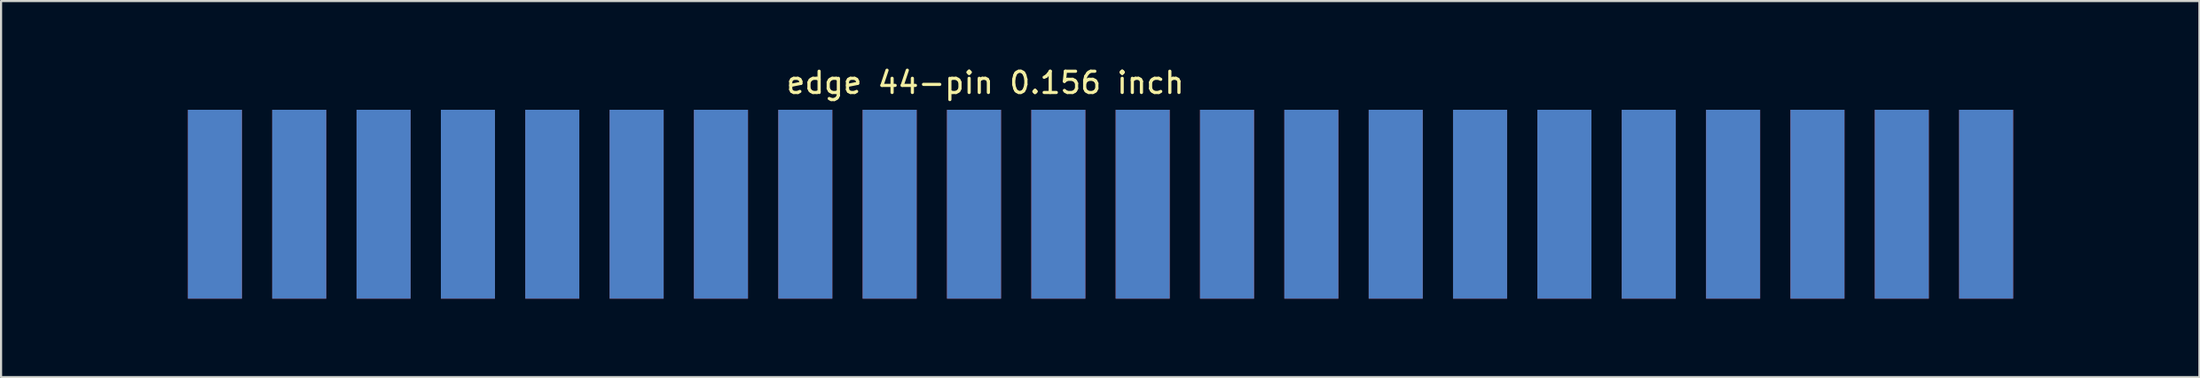
<source format=kicad_pcb>
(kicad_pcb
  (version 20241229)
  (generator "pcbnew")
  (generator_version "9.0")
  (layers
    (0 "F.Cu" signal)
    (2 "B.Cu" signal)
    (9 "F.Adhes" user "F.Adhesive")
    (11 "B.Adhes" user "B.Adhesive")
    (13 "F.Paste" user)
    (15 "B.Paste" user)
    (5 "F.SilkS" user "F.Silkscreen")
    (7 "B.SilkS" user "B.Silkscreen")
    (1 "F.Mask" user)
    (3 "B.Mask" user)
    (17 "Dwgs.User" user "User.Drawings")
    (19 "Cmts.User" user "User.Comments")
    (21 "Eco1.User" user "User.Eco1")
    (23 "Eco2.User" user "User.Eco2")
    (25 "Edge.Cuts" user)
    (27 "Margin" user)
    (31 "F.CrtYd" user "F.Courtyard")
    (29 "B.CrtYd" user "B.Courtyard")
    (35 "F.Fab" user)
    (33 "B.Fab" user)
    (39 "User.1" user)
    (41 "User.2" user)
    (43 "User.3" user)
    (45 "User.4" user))
  (footprint "edge 44-pin 0.156 inch"
    (layer "F.Cu")
    (at 7.045 11.008)
    (property "Reference" "edge 44-pin 0.156 inch" (at 36.195 -10.16 0) (layer "F.SilkS") (effects (font (size 1 1) (thickness 0.15))))
    (attr exclude_from_pos_files exclude_from_bom)
    (fp_rect (start -6.985 -9.525) (end 90.17 0.635) (stroke (width 0.12) (type solid)) (fill yes) (layer "F.Mask"))
    (fp_rect (start -6.985 -9.525) (end 90.17 0.635) (stroke (width 0.12) (type solid)) (fill yes) (layer "B.Mask"))
    (pad "1" smd rect (at 0 -4.445) (size 2.54 8.89) (layers "B.Cu" "B.Mask"))
    (pad "2" smd rect (at 3.962 -4.445) (size 2.54 8.89) (layers "B.Cu" "B.Mask"))
    (pad "3" smd rect (at 7.925 -4.445) (size 2.54 8.89) (layers "B.Cu" "B.Mask"))
    (pad "4" smd rect (at 11.887 -4.445) (size 2.54 8.89) (layers "B.Cu" "B.Mask"))
    (pad "5" smd rect (at 15.85 -4.445) (size 2.54 8.89) (layers "B.Cu" "B.Mask"))
    (pad "6" smd rect (at 19.812 -4.445) (size 2.54 8.89) (layers "B.Cu" "B.Mask"))
    (pad "7" smd rect (at 23.774 -4.445) (size 2.54 8.89) (layers "B.Cu" "B.Mask"))
    (pad "8" smd rect (at 27.737 -4.445) (size 2.54 8.89) (layers "B.Cu" "B.Mask"))
    (pad "9" smd rect (at 31.699 -4.445) (size 2.54 8.89) (layers "B.Cu" "B.Mask"))
    (pad "10" smd rect (at 35.662 -4.445) (size 2.54 8.89) (layers "B.Cu" "B.Mask"))
    (pad "11" smd rect (at 39.624 -4.445) (size 2.54 8.89) (layers "B.Cu" "B.Mask"))
    (pad "12" smd rect (at 43.586 -4.445) (size 2.54 8.89) (layers "B.Cu" "B.Mask"))
    (pad "13" smd rect (at 47.549 -4.445) (size 2.54 8.89) (layers "B.Cu" "B.Mask"))
    (pad "14" smd rect (at 51.511 -4.445) (size 2.54 8.89) (layers "B.Cu" "B.Mask"))
    (pad "15" smd rect (at 55.474 -4.445) (size 2.54 8.89) (layers "B.Cu" "B.Mask"))
    (pad "16" smd rect (at 59.436 -4.445) (size 2.54 8.89) (layers "B.Cu" "B.Mask"))
    (pad "17" smd rect (at 63.398 -4.445) (size 2.54 8.89) (layers "B.Cu" "B.Mask"))
    (pad "18" smd rect (at 67.361 -4.445) (size 2.54 8.89) (layers "B.Cu" "B.Mask"))
    (pad "19" smd rect (at 71.323 -4.445) (size 2.54 8.89) (layers "B.Cu" "B.Mask"))
    (pad "20" smd rect (at 75.286 -4.445) (size 2.54 8.89) (layers "B.Cu" "B.Mask"))
    (pad "21" smd rect (at 79.248 -4.445) (size 2.54 8.89) (layers "B.Cu" "B.Mask"))
    (pad "22" smd rect (at 83.21 -4.445) (size 2.54 8.89) (layers "B.Cu" "B.Mask"))
    (pad "A" smd rect (at 0 -4.445) (size 2.54 8.89) (layers "F.Cu" "F.Mask"))
    (pad "B" smd rect (at 3.962 -4.445) (size 2.54 8.89) (layers "F.Cu" "F.Mask"))
    (pad "C" smd rect (at 7.925 -4.445) (size 2.54 8.89) (layers "F.Cu" "F.Mask"))
    (pad "D" smd rect (at 11.887 -4.445) (size 2.54 8.89) (layers "F.Cu" "F.Mask"))
    (pad "E" smd rect (at 15.85 -4.445) (size 2.54 8.89) (layers "F.Cu" "F.Mask"))
    (pad "F" smd rect (at 19.812 -4.445) (size 2.54 8.89) (layers "F.Cu" "F.Mask"))
    (pad "H" smd rect (at 23.774 -4.445) (size 2.54 8.89) (layers "F.Cu" "F.Mask"))
    (pad "J" smd rect (at 27.737 -4.445) (size 2.54 8.89) (layers "F.Cu" "F.Mask"))
    (pad "K" smd rect (at 31.699 -4.445) (size 2.54 8.89) (layers "F.Cu" "F.Mask"))
    (pad "L" smd rect (at 35.662 -4.445) (size 2.54 8.89) (layers "F.Cu" "F.Mask"))
    (pad "M" smd rect (at 39.624 -4.445) (size 2.54 8.89) (layers "F.Cu" "F.Mask"))
    (pad "N" smd rect (at 43.586 -4.445) (size 2.54 8.89) (layers "F.Cu" "F.Mask"))
    (pad "P" smd rect (at 47.549 -4.445) (size 2.54 8.89) (layers "F.Cu" "F.Mask"))
    (pad "R" smd rect (at 51.511 -4.445) (size 2.54 8.89) (layers "F.Cu" "F.Mask"))
    (pad "S" smd rect (at 55.474 -4.445) (size 2.54 8.89) (layers "F.Cu" "F.Mask"))
    (pad "T" smd rect (at 59.436 -4.445) (size 2.54 8.89) (layers "F.Cu" "F.Mask"))
    (pad "U" smd rect (at 63.398 -4.445) (size 2.54 8.89) (layers "F.Cu" "F.Mask"))
    (pad "V" smd rect (at 67.361 -4.445) (size 2.54 8.89) (layers "F.Cu" "F.Mask"))
    (pad "W" smd rect (at 71.323 -4.445) (size 2.54 8.89) (layers "F.Cu" "F.Mask"))
    (pad "X" smd rect (at 75.286 -4.445) (size 2.54 8.89) (layers "F.Cu" "F.Mask"))
    (pad "Y" smd rect (at 79.248 -4.445) (size 2.54 8.89) (layers "F.Cu" "F.Mask"))
    (pad "Z" smd rect (at 83.21 -4.445) (size 2.54 8.89) (layers "F.Cu" "F.Mask")))
  (gr_rect
    (start -3 -3)
    (end 100.275 14.703)
    (stroke (width 0.1) (type default))
    (fill no)
    (layer "Edge.Cuts")))
</source>
